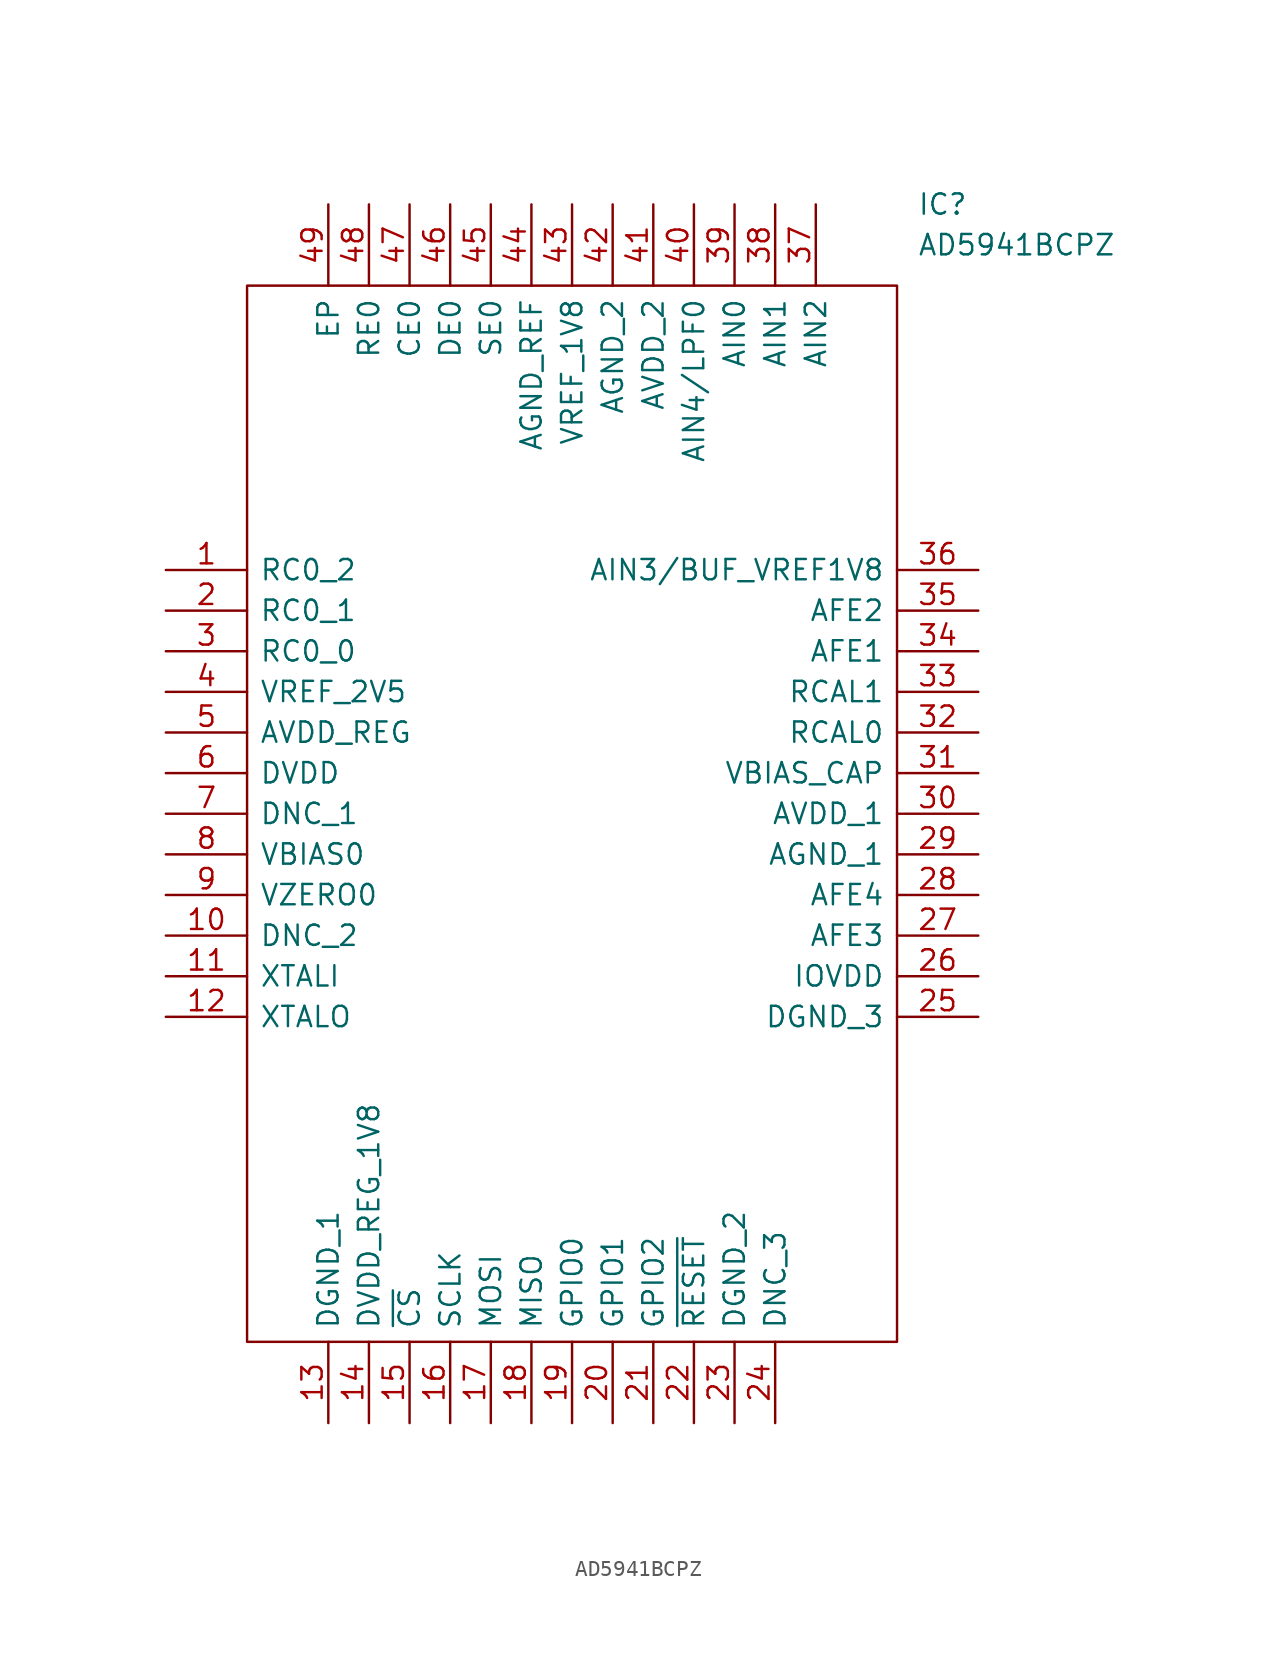
<source format=kicad_sym>
(kicad_symbol_lib
  (version 20220914)
  (generator kicad_symbol_editor)
  (symbol "AD5941BCPZ"
    (pin_names
      (offset 0.762))
    (property "Reference" "IC"
      (at 46.99 22.86 0)
      (effects (font (size 1.27 1.27)) (justify left)))
    (property "Value" "AD5941BCPZ"
      (at 46.99 20.32 0)
      (effects (font (size 1.27 1.27)) (justify left)))
    (symbol "AD5941BCPZ_0_0"
      (pin passive line (at 0 0 0) (length 5.08) (name "RC0_2" (effects (font (size 1.27 1.27)))) (number "1" (effects (font (size 1.27 1.27)))))
      (pin passive line (at 0 -22.86 0) (length 5.08) (name "DNC_2" (effects (font (size 1.27 1.27)))) (number "10" (effects (font (size 1.27 1.27)))))
      (pin passive line (at 0 -25.4 0) (length 5.08) (name "XTALI" (effects (font (size 1.27 1.27)))) (number "11" (effects (font (size 1.27 1.27)))))
      (pin passive line (at 0 -27.94 0) (length 5.08) (name "XTALO" (effects (font (size 1.27 1.27)))) (number "12" (effects (font (size 1.27 1.27)))))
      (pin passive line (at 10.16 -53.34 90) (length 5.08) (name "DGND_1" (effects (font (size 1.27 1.27)))) (number "13" (effects (font (size 1.27 1.27)))))
      (pin passive line (at 12.7 -53.34 90) (length 5.08) (name "DVDD_REG_1V8" (effects (font (size 1.27 1.27)))) (number "14" (effects (font (size 1.27 1.27)))))
      (pin passive line (at 15.24 -53.34 90) (length 5.08) (name "~{CS}" (effects (font (size 1.27 1.27)))) (number "15" (effects (font (size 1.27 1.27)))))
      (pin passive line (at 17.78 -53.34 90) (length 5.08) (name "SCLK" (effects (font (size 1.27 1.27)))) (number "16" (effects (font (size 1.27 1.27)))))
      (pin passive line (at 20.32 -53.34 90) (length 5.08) (name "MOSI" (effects (font (size 1.27 1.27)))) (number "17" (effects (font (size 1.27 1.27)))))
      (pin passive line (at 22.86 -53.34 90) (length 5.08) (name "MISO" (effects (font (size 1.27 1.27)))) (number "18" (effects (font (size 1.27 1.27)))))
      (pin passive line (at 25.4 -53.34 90) (length 5.08) (name "GPIO0" (effects (font (size 1.27 1.27)))) (number "19" (effects (font (size 1.27 1.27)))))
      (pin passive line (at 0 -2.54 0) (length 5.08) (name "RC0_1" (effects (font (size 1.27 1.27)))) (number "2" (effects (font (size 1.27 1.27)))))
      (pin passive line (at 27.94 -53.34 90) (length 5.08) (name "GPIO1" (effects (font (size 1.27 1.27)))) (number "20" (effects (font (size 1.27 1.27)))))
      (pin passive line (at 30.48 -53.34 90) (length 5.08) (name "GPIO2" (effects (font (size 1.27 1.27)))) (number "21" (effects (font (size 1.27 1.27)))))
      (pin passive line (at 33.02 -53.34 90) (length 5.08) (name "~{RESET}" (effects (font (size 1.27 1.27)))) (number "22" (effects (font (size 1.27 1.27)))))
      (pin passive line (at 35.56 -53.34 90) (length 5.08) (name "DGND_2" (effects (font (size 1.27 1.27)))) (number "23" (effects (font (size 1.27 1.27)))))
      (pin passive line (at 38.1 -53.34 90) (length 5.08) (name "DNC_3" (effects (font (size 1.27 1.27)))) (number "24" (effects (font (size 1.27 1.27)))))
      (pin passive line (at 50.8 -27.94 180) (length 5.08) (name "DGND_3" (effects (font (size 1.27 1.27)))) (number "25" (effects (font (size 1.27 1.27)))))
      (pin passive line (at 50.8 -25.4 180) (length 5.08) (name "IOVDD" (effects (font (size 1.27 1.27)))) (number "26" (effects (font (size 1.27 1.27)))))
      (pin passive line (at 50.8 -22.86 180) (length 5.08) (name "AFE3" (effects (font (size 1.27 1.27)))) (number "27" (effects (font (size 1.27 1.27)))))
      (pin passive line (at 50.8 -20.32 180) (length 5.08) (name "AFE4" (effects (font (size 1.27 1.27)))) (number "28" (effects (font (size 1.27 1.27)))))
      (pin passive line (at 50.8 -17.78 180) (length 5.08) (name "AGND_1" (effects (font (size 1.27 1.27)))) (number "29" (effects (font (size 1.27 1.27)))))
      (pin passive line (at 0 -5.08 0) (length 5.08) (name "RC0_0" (effects (font (size 1.27 1.27)))) (number "3" (effects (font (size 1.27 1.27)))))
      (pin passive line (at 50.8 -15.24 180) (length 5.08) (name "AVDD_1" (effects (font (size 1.27 1.27)))) (number "30" (effects (font (size 1.27 1.27)))))
      (pin passive line (at 50.8 -12.7 180) (length 5.08) (name "VBIAS_CAP" (effects (font (size 1.27 1.27)))) (number "31" (effects (font (size 1.27 1.27)))))
      (pin passive line (at 50.8 -10.16 180) (length 5.08) (name "RCAL0" (effects (font (size 1.27 1.27)))) (number "32" (effects (font (size 1.27 1.27)))))
      (pin passive line (at 50.8 -7.62 180) (length 5.08) (name "RCAL1" (effects (font (size 1.27 1.27)))) (number "33" (effects (font (size 1.27 1.27)))))
      (pin passive line (at 50.8 -5.08 180) (length 5.08) (name "AFE1" (effects (font (size 1.27 1.27)))) (number "34" (effects (font (size 1.27 1.27)))))
      (pin passive line (at 50.8 -2.54 180) (length 5.08) (name "AFE2" (effects (font (size 1.27 1.27)))) (number "35" (effects (font (size 1.27 1.27)))))
      (pin passive line (at 50.8 0 180) (length 5.08) (name "AIN3/BUF_VREF1V8" (effects (font (size 1.27 1.27)))) (number "36" (effects (font (size 1.27 1.27)))))
      (pin passive line (at 40.64 22.86 270) (length 5.08) (name "AIN2" (effects (font (size 1.27 1.27)))) (number "37" (effects (font (size 1.27 1.27)))))
      (pin passive line (at 38.1 22.86 270) (length 5.08) (name "AIN1" (effects (font (size 1.27 1.27)))) (number "38" (effects (font (size 1.27 1.27)))))
      (pin passive line (at 35.56 22.86 270) (length 5.08) (name "AIN0" (effects (font (size 1.27 1.27)))) (number "39" (effects (font (size 1.27 1.27)))))
      (pin passive line (at 0 -7.62 0) (length 5.08) (name "VREF_2V5" (effects (font (size 1.27 1.27)))) (number "4" (effects (font (size 1.27 1.27)))))
      (pin passive line (at 33.02 22.86 270) (length 5.08) (name "AIN4/LPF0" (effects (font (size 1.27 1.27)))) (number "40" (effects (font (size 1.27 1.27)))))
      (pin passive line (at 30.48 22.86 270) (length 5.08) (name "AVDD_2" (effects (font (size 1.27 1.27)))) (number "41" (effects (font (size 1.27 1.27)))))
      (pin passive line (at 27.94 22.86 270) (length 5.08) (name "AGND_2" (effects (font (size 1.27 1.27)))) (number "42" (effects (font (size 1.27 1.27)))))
      (pin passive line (at 25.4 22.86 270) (length 5.08) (name "VREF_1V8" (effects (font (size 1.27 1.27)))) (number "43" (effects (font (size 1.27 1.27)))))
      (pin passive line (at 22.86 22.86 270) (length 5.08) (name "AGND_REF" (effects (font (size 1.27 1.27)))) (number "44" (effects (font (size 1.27 1.27)))))
      (pin passive line (at 20.32 22.86 270) (length 5.08) (name "SE0" (effects (font (size 1.27 1.27)))) (number "45" (effects (font (size 1.27 1.27)))))
      (pin passive line (at 17.78 22.86 270) (length 5.08) (name "DE0" (effects (font (size 1.27 1.27)))) (number "46" (effects (font (size 1.27 1.27)))))
      (pin passive line (at 15.24 22.86 270) (length 5.08) (name "CE0" (effects (font (size 1.27 1.27)))) (number "47" (effects (font (size 1.27 1.27)))))
      (pin passive line (at 12.7 22.86 270) (length 5.08) (name "RE0" (effects (font (size 1.27 1.27)))) (number "48" (effects (font (size 1.27 1.27)))))
      (pin passive line (at 10.16 22.86 270) (length 5.08) (name "EP" (effects (font (size 1.27 1.27)))) (number "49" (effects (font (size 1.27 1.27)))))
      (pin passive line (at 0 -10.16 0) (length 5.08) (name "AVDD_REG" (effects (font (size 1.27 1.27)))) (number "5" (effects (font (size 1.27 1.27)))))
      (pin passive line (at 0 -12.7 0) (length 5.08) (name "DVDD" (effects (font (size 1.27 1.27)))) (number "6" (effects (font (size 1.27 1.27)))))
      (pin passive line (at 0 -15.24 0) (length 5.08) (name "DNC_1" (effects (font (size 1.27 1.27)))) (number "7" (effects (font (size 1.27 1.27)))))
      (pin passive line (at 0 -17.78 0) (length 5.08) (name "VBIAS0" (effects (font (size 1.27 1.27)))) (number "8" (effects (font (size 1.27 1.27)))))
      (pin passive line (at 0 -20.32 0) (length 5.08) (name "VZERO0" (effects (font (size 1.27 1.27)))) (number "9" (effects (font (size 1.27 1.27))))))
    (symbol "AD5941BCPZ_0_1"
      (polyline (pts (xy 5.08 17.78) (xy 45.72 17.78) (xy 45.72 -48.26) (xy 5.08 -48.26) (xy 5.08 17.78)) (stroke (width 0.152) (type default)) (fill (type none))))))
</source>
